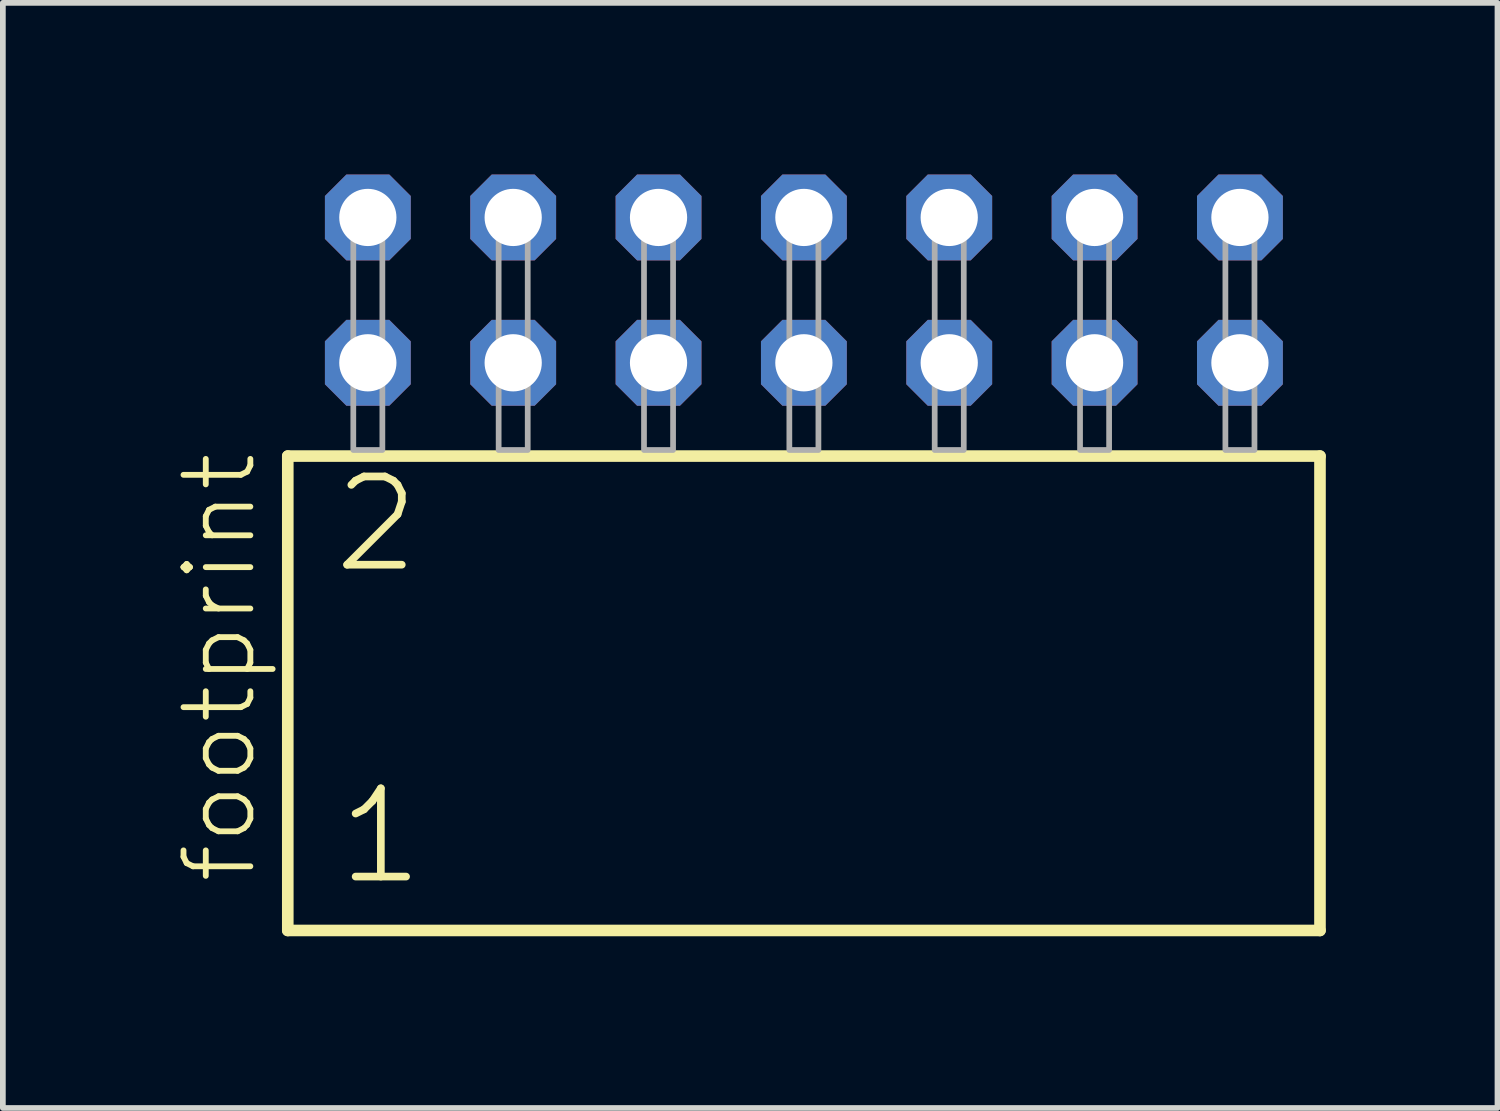
<source format=kicad_pcb>
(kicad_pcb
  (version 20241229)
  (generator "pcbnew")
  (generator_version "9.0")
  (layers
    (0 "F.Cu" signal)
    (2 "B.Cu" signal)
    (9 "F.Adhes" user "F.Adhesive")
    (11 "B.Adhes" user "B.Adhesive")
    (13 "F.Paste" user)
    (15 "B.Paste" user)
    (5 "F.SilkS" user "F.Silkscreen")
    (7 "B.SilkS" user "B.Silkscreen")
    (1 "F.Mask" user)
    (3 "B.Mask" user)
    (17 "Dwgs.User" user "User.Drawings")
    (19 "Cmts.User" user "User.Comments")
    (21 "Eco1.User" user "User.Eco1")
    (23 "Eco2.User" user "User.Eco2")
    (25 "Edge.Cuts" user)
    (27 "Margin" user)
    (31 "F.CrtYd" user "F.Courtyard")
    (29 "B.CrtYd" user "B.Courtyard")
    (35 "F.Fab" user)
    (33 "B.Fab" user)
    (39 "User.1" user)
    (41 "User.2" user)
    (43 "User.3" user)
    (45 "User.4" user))
  (footprint "footprint"
    (layer "F.Cu")
    (at 10.998 4.814)
    (property "Reference" "footprint" (at -9.525 7.62 90) (layer "F.SilkS") (effects (font (size 1.168 1.168) (thickness 0.102)) (justify left bottom)))
    (fp_line (start -9.019 0.106) (end -9.019 8.396) (stroke (width 0.203) (type solid)) (layer "F.SilkS"))
    (fp_line (start -9.019 8.396) (end 9.019 8.396) (stroke (width 0.203) (type solid)) (layer "F.SilkS"))
    (fp_line (start 9.019 0.106) (end -9.019 0.106) (stroke (width 0.203) (type solid)) (layer "F.SilkS"))
    (fp_line (start 9.019 8.396) (end 9.019 0.106) (stroke (width 0.203) (type solid)) (layer "F.SilkS"))
    (fp_poly (pts (xy -7.874 0) (xy -7.366 0) (xy -7.366 -4.318) (xy -7.874 -4.318)) (stroke (width 0.1) (type solid)) (fill no) (layer "F.Fab"))
    (fp_poly (pts (xy -5.334 0) (xy -4.826 0) (xy -4.826 -4.318) (xy -5.334 -4.318)) (stroke (width 0.1) (type solid)) (fill no) (layer "F.Fab"))
    (fp_poly (pts (xy -2.794 0) (xy -2.286 0) (xy -2.286 -4.318) (xy -2.794 -4.318)) (stroke (width 0.1) (type solid)) (fill no) (layer "F.Fab"))
    (fp_poly (pts (xy -0.254 0) (xy 0.254 0) (xy 0.254 -4.318) (xy -0.254 -4.318)) (stroke (width 0.1) (type solid)) (fill no) (layer "F.Fab"))
    (fp_poly (pts (xy 2.286 0) (xy 2.794 0) (xy 2.794 -4.318) (xy 2.286 -4.318)) (stroke (width 0.1) (type solid)) (fill no) (layer "F.Fab"))
    (fp_poly (pts (xy 4.826 0) (xy 5.334 0) (xy 5.334 -4.318) (xy 4.826 -4.318)) (stroke (width 0.1) (type solid)) (fill no) (layer "F.Fab"))
    (fp_poly (pts (xy 7.366 0) (xy 7.874 0) (xy 7.874 -4.318) (xy 7.366 -4.318)) (stroke (width 0.1) (type solid)) (fill no) (layer "F.Fab"))
    (fp_text user "1" (at -8.215 7.65 0) (layer "F.SilkS") (effects (font (size 1.542 1.542) (thickness 0.134)) (justify left bottom)))
    (fp_text user "2" (at -8.29 2.2 0) (layer "F.SilkS") (effects (font (size 1.542 1.542) (thickness 0.134)) (justify left bottom)))
    (pad "1" thru_hole roundrect (at -7.62 -1.524) (size 1.5 1.5) (drill 1) (layers "*.Cu" "*.Mask") (roundrect_rratio 0.25) (chamfer_ratio 0.25) (chamfer top_left top_right bottom_left bottom_right))
    (pad "2" thru_hole roundrect (at -7.62 -4.064) (size 1.5 1.5) (drill 1) (layers "*.Cu" "*.Mask") (roundrect_rratio 0.25) (chamfer_ratio 0.25) (chamfer top_left top_right bottom_left bottom_right))
    (pad "3" thru_hole roundrect (at -5.08 -1.524) (size 1.5 1.5) (drill 1) (layers "*.Cu" "*.Mask") (roundrect_rratio 0.25) (chamfer_ratio 0.25) (chamfer top_left top_right bottom_left bottom_right))
    (pad "4" thru_hole roundrect (at -5.08 -4.064) (size 1.5 1.5) (drill 1) (layers "*.Cu" "*.Mask") (roundrect_rratio 0.25) (chamfer_ratio 0.25) (chamfer top_left top_right bottom_left bottom_right))
    (pad "5" thru_hole roundrect (at -2.54 -1.524) (size 1.5 1.5) (drill 1) (layers "*.Cu" "*.Mask") (roundrect_rratio 0.25) (chamfer_ratio 0.25) (chamfer top_left top_right bottom_left bottom_right))
    (pad "6" thru_hole roundrect (at -2.54 -4.064) (size 1.5 1.5) (drill 1) (layers "*.Cu" "*.Mask") (roundrect_rratio 0.25) (chamfer_ratio 0.25) (chamfer top_left top_right bottom_left bottom_right))
    (pad "7" thru_hole roundrect (at 0 -1.524) (size 1.5 1.5) (drill 1) (layers "*.Cu" "*.Mask") (roundrect_rratio 0.25) (chamfer_ratio 0.25) (chamfer top_left top_right bottom_left bottom_right))
    (pad "8" thru_hole roundrect (at 0 -4.064) (size 1.5 1.5) (drill 1) (layers "*.Cu" "*.Mask") (roundrect_rratio 0.25) (chamfer_ratio 0.25) (chamfer top_left top_right bottom_left bottom_right))
    (pad "9" thru_hole roundrect (at 2.54 -1.524) (size 1.5 1.5) (drill 1) (layers "*.Cu" "*.Mask") (roundrect_rratio 0.25) (chamfer_ratio 0.25) (chamfer top_left top_right bottom_left bottom_right))
    (pad "10" thru_hole roundrect (at 2.54 -4.064) (size 1.5 1.5) (drill 1) (layers "*.Cu" "*.Mask") (roundrect_rratio 0.25) (chamfer_ratio 0.25) (chamfer top_left top_right bottom_left bottom_right))
    (pad "11" thru_hole roundrect (at 5.08 -1.524) (size 1.5 1.5) (drill 1) (layers "*.Cu" "*.Mask") (roundrect_rratio 0.25) (chamfer_ratio 0.25) (chamfer top_left top_right bottom_left bottom_right))
    (pad "12" thru_hole roundrect (at 5.08 -4.064) (size 1.5 1.5) (drill 1) (layers "*.Cu" "*.Mask") (roundrect_rratio 0.25) (chamfer_ratio 0.25) (chamfer top_left top_right bottom_left bottom_right))
    (pad "13" thru_hole roundrect (at 7.62 -1.524) (size 1.5 1.5) (drill 1) (layers "*.Cu" "*.Mask") (roundrect_rratio 0.25) (chamfer_ratio 0.25) (chamfer top_left top_right bottom_left bottom_right))
    (pad "14" thru_hole roundrect (at 7.62 -4.064) (size 1.5 1.5) (drill 1) (layers "*.Cu" "*.Mask") (roundrect_rratio 0.25) (chamfer_ratio 0.25) (chamfer top_left top_right bottom_left bottom_right)))
  (gr_rect
    (start -3 -3)
    (end 23.119 16.312)
    (stroke (width 0.1) (type default))
    (fill no)
    (layer "Edge.Cuts")))
</source>
